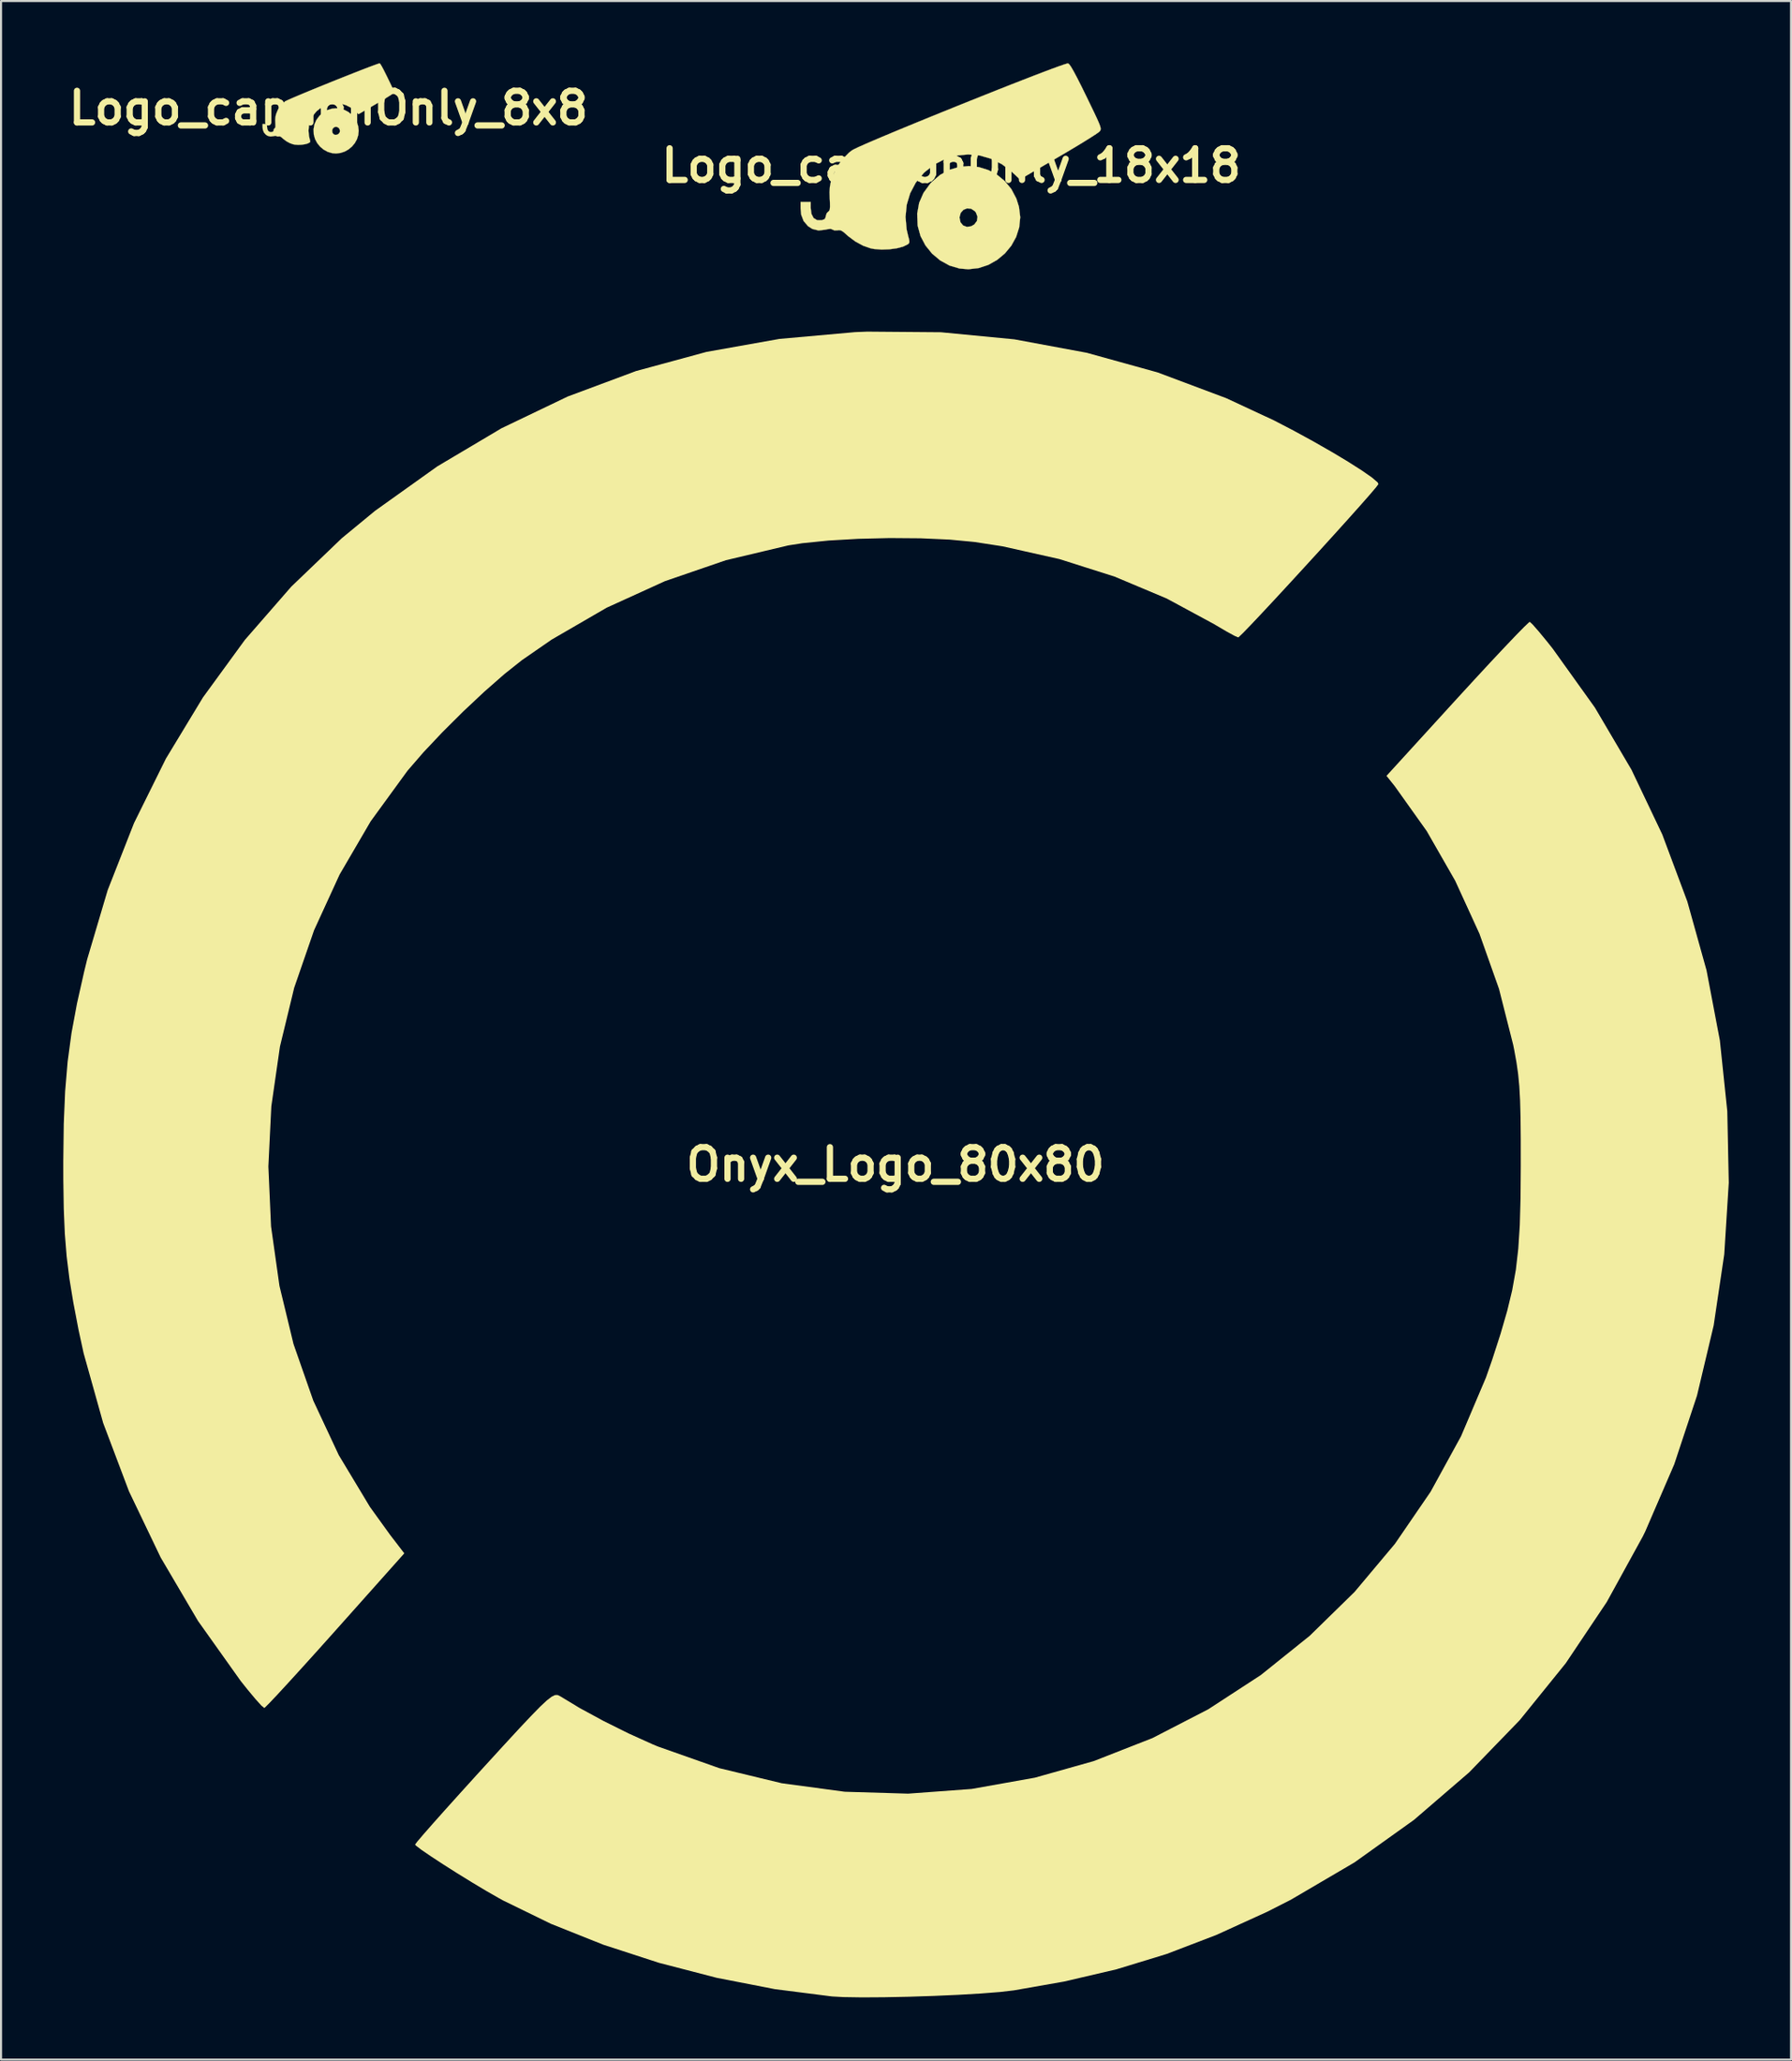
<source format=kicad_pcb>
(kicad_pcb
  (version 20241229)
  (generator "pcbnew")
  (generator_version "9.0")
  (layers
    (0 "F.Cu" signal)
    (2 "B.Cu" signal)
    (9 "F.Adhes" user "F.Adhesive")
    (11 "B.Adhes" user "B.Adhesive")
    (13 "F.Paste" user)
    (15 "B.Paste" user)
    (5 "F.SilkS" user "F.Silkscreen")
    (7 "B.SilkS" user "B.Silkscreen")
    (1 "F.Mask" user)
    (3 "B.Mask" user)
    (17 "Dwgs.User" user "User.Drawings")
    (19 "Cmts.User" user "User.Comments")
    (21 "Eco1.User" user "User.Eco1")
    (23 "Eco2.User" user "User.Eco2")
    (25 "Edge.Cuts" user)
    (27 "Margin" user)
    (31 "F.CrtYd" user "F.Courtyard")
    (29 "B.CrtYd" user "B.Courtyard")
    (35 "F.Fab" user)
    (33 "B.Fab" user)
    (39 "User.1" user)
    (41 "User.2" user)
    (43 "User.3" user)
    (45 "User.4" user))
  (footprint "Logo_cannonOnly_8x8"
    (layer "F.Cu")
    (at 12.78 2.16)
    (property "Reference" "Logo_cannonOnly_8x8" (at 0 0 0) (layer "F.SilkS") (effects (font (size 1.524 1.524) (thickness 0.3))))
    (attr through_hole)
    (fp_poly (pts (xy 0.581 0.032) (xy 0.78 0.093) (xy 0.965 0.192) (xy 1.129 0.326) (xy 1.267 0.495) (xy 1.373 0.696) (xy 1.429 0.87) (xy 1.455 1.089) (xy 1.433 1.302) (xy 1.369 1.504) (xy 1.266 1.689) (xy 1.131 1.852) (xy 0.968 1.988) (xy 0.782 2.093) (xy 0.578 2.16) (xy 0.362 2.185) (xy 0.174 2.169) (xy -0.037 2.106) (xy -0.232 1.999) (xy -0.403 1.856) (xy -0.544 1.682) (xy -0.647 1.487) (xy -0.705 1.276) (xy -0.708 1.255) (xy -0.714 1.098) (xy 0.175 1.098) (xy 0.196 1.196) (xy 0.251 1.263) (xy 0.33 1.292) (xy 0.42 1.28) (xy 0.486 1.242) (xy 0.543 1.167) (xy 0.555 1.079) (xy 0.521 0.99) (xy 0.498 0.961) (xy 0.42 0.909) (xy 0.335 0.901) (xy 0.258 0.932) (xy 0.2 0.996) (xy 0.175 1.087) (xy 0.175 1.098) (xy -0.714 1.098) (xy -0.717 1.011) (xy -0.676 0.786) (xy -0.585 0.576) (xy -0.443 0.382) (xy -0.411 0.347) (xy -0.234 0.196) (xy -0.039 0.09) (xy 0.165 0.028) (xy 0.374 0.009) (xy 0.581 0.032)) (stroke (width 0.01) (type solid)) (fill yes) (layer "F.SilkS"))
    (fp_poly (pts (xy 2.491 -2.133) (xy 2.529 -2.078) (xy 2.582 -1.986) (xy 2.652 -1.856) (xy 2.739 -1.682) (xy 2.847 -1.464) (xy 2.848 -1.46) (xy 2.944 -1.263) (xy 3.019 -1.108) (xy 3.074 -0.989) (xy 3.113 -0.901) (xy 3.138 -0.838) (xy 3.15 -0.795) (xy 3.151 -0.765) (xy 3.145 -0.743) (xy 3.132 -0.725) (xy 3.13 -0.722) (xy 3.096 -0.694) (xy 3.023 -0.644) (xy 2.914 -0.575) (xy 2.776 -0.489) (xy 2.615 -0.391) (xy 2.435 -0.284) (xy 2.265 -0.185) (xy 1.448 0.291) (xy 1.282 0.135) (xy 1.072 -0.027) (xy 0.844 -0.143) (xy 0.604 -0.212) (xy 0.358 -0.235) (xy 0.113 -0.212) (xy -0.126 -0.142) (xy -0.352 -0.025) (xy -0.559 0.137) (xy -0.585 0.162) (xy -0.748 0.361) (xy -0.866 0.584) (xy -0.939 0.827) (xy -0.964 1.083) (xy -0.94 1.345) (xy -0.909 1.48) (xy -0.887 1.563) (xy -0.882 1.611) (xy -0.893 1.64) (xy -0.917 1.66) (xy -1.013 1.708) (xy -1.147 1.743) (xy -1.303 1.764) (xy -1.467 1.77) (xy -1.623 1.758) (xy -1.7 1.744) (xy -1.858 1.688) (xy -2.023 1.599) (xy -2.173 1.487) (xy -2.197 1.465) (xy -2.272 1.4) (xy -2.324 1.367) (xy -2.369 1.36) (xy -2.392 1.364) (xy -2.461 1.367) (xy -2.499 1.351) (xy -2.54 1.334) (xy -2.605 1.339) (xy -2.648 1.35) (xy -2.797 1.367) (xy -2.929 1.335) (xy -3.019 1.277) (xy -3.112 1.169) (xy -3.163 1.034) (xy -3.175 0.9) (xy -3.175 0.767) (xy -2.963 0.767) (xy -2.963 0.888) (xy -2.948 1.017) (xy -2.902 1.105) (xy -2.828 1.151) (xy -2.729 1.152) (xy -2.724 1.151) (xy -2.666 1.127) (xy -2.646 1.082) (xy -2.646 1.07) (xy -2.627 1.007) (xy -2.597 0.975) (xy -2.574 0.955) (xy -2.56 0.923) (xy -2.555 0.868) (xy -2.557 0.778) (xy -2.561 0.7) (xy -2.565 0.561) (xy -2.558 0.452) (xy -2.539 0.351) (xy -2.517 0.271) (xy -2.432 0.069) (xy -2.308 -0.117) (xy -2.156 -0.272) (xy -2.089 -0.324) (xy -2.04 -0.35) (xy -1.947 -0.394) (xy -1.816 -0.452) (xy -1.65 -0.524) (xy -1.454 -0.607) (xy -1.231 -0.701) (xy -0.986 -0.802) (xy -0.724 -0.911) (xy -0.448 -1.023) (xy -0.162 -1.139) (xy 0.128 -1.257) (xy 0.42 -1.374) (xy 0.708 -1.489) (xy 0.988 -1.6) (xy 1.256 -1.706) (xy 1.509 -1.805) (xy 1.741 -1.895) (xy 1.948 -1.974) (xy 2.126 -2.041) (xy 2.271 -2.094) (xy 2.379 -2.132) (xy 2.446 -2.152) (xy 2.465 -2.155) (xy 2.491 -2.133)) (stroke (width 0.01) (type solid)) (fill yes) (layer "F.SilkS")))
  (footprint "Logo_cannonOnly_18x18"
    (layer "F.Cu")
    (at 42.791 4.93)
    (property "Reference" "Logo_cannonOnly_18x18" (at 0 0 0) (layer "F.SilkS") (effects (font (size 1.524 1.524) (thickness 0.3))))
    (attr through_hole)
    (fp_poly (pts (xy 1.328 0.072) (xy 1.782 0.213) (xy 2.205 0.438) (xy 2.581 0.746) (xy 2.897 1.131) (xy 3.139 1.59) (xy 3.265 1.989) (xy 3.326 2.489) (xy 3.276 2.976) (xy 3.129 3.437) (xy 2.895 3.86) (xy 2.586 4.233) (xy 2.213 4.545) (xy 1.788 4.784) (xy 1.322 4.937) (xy 0.827 4.994) (xy 0.399 4.958) (xy -0.085 4.815) (xy -0.53 4.57) (xy -0.922 4.242) (xy -1.243 3.845) (xy -1.478 3.398) (xy -1.611 2.916) (xy -1.618 2.869) (xy -1.631 2.51) (xy 0.399 2.51) (xy 0.447 2.734) (xy 0.574 2.886) (xy 0.754 2.954) (xy 0.96 2.925) (xy 1.111 2.838) (xy 1.24 2.668) (xy 1.268 2.465) (xy 1.192 2.263) (xy 1.139 2.196) (xy 0.96 2.078) (xy 0.767 2.06) (xy 0.59 2.13) (xy 0.458 2.276) (xy 0.4 2.485) (xy 0.399 2.51) (xy -1.631 2.51) (xy -1.638 2.311) (xy -1.545 1.796) (xy -1.337 1.318) (xy -1.013 0.873) (xy -0.94 0.794) (xy -0.534 0.447) (xy -0.09 0.205) (xy 0.378 0.065) (xy 0.855 0.022) (xy 1.328 0.072)) (stroke (width 0.01) (type solid)) (fill yes) (layer "F.SilkS"))
    (fp_poly (pts (xy 5.693 -4.875) (xy 5.781 -4.749) (xy 5.902 -4.54) (xy 6.061 -4.241) (xy 6.262 -3.845) (xy 6.507 -3.346) (xy 6.511 -3.338) (xy 6.729 -2.888) (xy 6.9 -2.533) (xy 7.027 -2.261) (xy 7.116 -2.06) (xy 7.172 -1.916) (xy 7.199 -1.816) (xy 7.203 -1.748) (xy 7.188 -1.699) (xy 7.159 -1.656) (xy 7.154 -1.65) (xy 7.078 -1.587) (xy 6.909 -1.473) (xy 6.661 -1.314) (xy 6.346 -1.118) (xy 5.977 -0.894) (xy 5.566 -0.65) (xy 5.178 -0.422) (xy 3.311 0.665) (xy 2.931 0.309) (xy 2.451 -0.062) (xy 1.929 -0.327) (xy 1.381 -0.486) (xy 0.818 -0.538) (xy 0.257 -0.484) (xy -0.289 -0.324) (xy -0.805 -0.058) (xy -1.278 0.313) (xy -1.337 0.371) (xy -1.71 0.824) (xy -1.98 1.335) (xy -2.146 1.89) (xy -2.203 2.474) (xy -2.15 3.075) (xy -2.078 3.384) (xy -2.028 3.573) (xy -2.016 3.683) (xy -2.042 3.748) (xy -2.095 3.794) (xy -2.317 3.903) (xy -2.622 3.984) (xy -2.979 4.033) (xy -3.353 4.046) (xy -3.71 4.019) (xy -3.886 3.986) (xy -4.248 3.859) (xy -4.624 3.654) (xy -4.967 3.398) (xy -5.022 3.349) (xy -5.192 3.199) (xy -5.313 3.125) (xy -5.415 3.109) (xy -5.468 3.119) (xy -5.624 3.124) (xy -5.711 3.087) (xy -5.805 3.048) (xy -5.954 3.062) (xy -6.053 3.086) (xy -6.392 3.126) (xy -6.695 3.051) (xy -6.901 2.918) (xy -7.112 2.672) (xy -7.229 2.364) (xy -7.257 2.058) (xy -7.257 1.754) (xy -6.773 1.754) (xy -6.773 2.03) (xy -6.737 2.324) (xy -6.633 2.526) (xy -6.464 2.63) (xy -6.238 2.632) (xy -6.226 2.63) (xy -6.093 2.575) (xy -6.049 2.473) (xy -6.048 2.445) (xy -6.004 2.303) (xy -5.936 2.229) (xy -5.883 2.183) (xy -5.852 2.11) (xy -5.841 1.983) (xy -5.844 1.777) (xy -5.853 1.6) (xy -5.862 1.283) (xy -5.848 1.034) (xy -5.805 0.802) (xy -5.754 0.619) (xy -5.559 0.158) (xy -5.276 -0.267) (xy -4.928 -0.622) (xy -4.774 -0.74) (xy -4.662 -0.801) (xy -4.451 -0.9) (xy -4.151 -1.034) (xy -3.772 -1.198) (xy -3.323 -1.389) (xy -2.814 -1.602) (xy -2.254 -1.834) (xy -1.654 -2.081) (xy -1.023 -2.339) (xy -0.37 -2.604) (xy 0.294 -2.873) (xy 0.96 -3.14) (xy 1.618 -3.403) (xy 2.258 -3.658) (xy 2.872 -3.9) (xy 3.448 -4.125) (xy 3.978 -4.331) (xy 4.452 -4.512) (xy 4.86 -4.666) (xy 5.192 -4.787) (xy 5.439 -4.873) (xy 5.59 -4.919) (xy 5.635 -4.925) (xy 5.693 -4.875)) (stroke (width 0.01) (type solid)) (fill yes) (layer "F.SilkS")))
  (footprint "Onyx_Logo_80x80"
    (layer "F.Cu")
    (at 40.102 53.065)
    (property "Reference" "Onyx_Logo_80x80" (at 0 0 0) (layer "F.SilkS") (effects (font (size 1.524 1.524) (thickness 0.3))))
    (attr through_hole)
    (fp_poly (pts (xy 2.193 -40.105) (xy 5.732 -39.763) (xy 9.223 -39.115) (xy 12.637 -38.168) (xy 15.946 -36.927) (xy 18.246 -35.856) (xy 19.193 -35.363) (xy 20.131 -34.851) (xy 21.019 -34.343) (xy 21.815 -33.866) (xy 22.478 -33.444) (xy 22.966 -33.104) (xy 23.238 -32.87) (xy 23.278 -32.787) (xy 23.158 -32.626) (xy 22.853 -32.268) (xy 22.396 -31.749) (xy 21.82 -31.104) (xy 21.156 -30.368) (xy 20.436 -29.575) (xy 19.693 -28.763) (xy 18.959 -27.964) (xy 18.267 -27.215) (xy 17.647 -26.551) (xy 17.133 -26.006) (xy 16.756 -25.617) (xy 16.549 -25.418) (xy 16.521 -25.4) (xy 16.336 -25.478) (xy 15.956 -25.686) (xy 15.456 -25.98) (xy 15.37 -26.032) (xy 13.072 -27.274) (xy 10.563 -28.329) (xy 7.904 -29.174) (xy 5.162 -29.789) (xy 3.809 -29.998) (xy 2.613 -30.112) (xy 1.221 -30.175) (xy -0.277 -30.187) (xy -1.788 -30.15) (xy -3.221 -30.067) (xy -4.485 -29.938) (xy -5.162 -29.833) (xy -8.169 -29.119) (xy -11.101 -28.112) (xy -13.916 -26.83) (xy -16.572 -25.29) (xy -18.005 -24.299) (xy -18.843 -23.633) (xy -19.809 -22.786) (xy -20.83 -21.828) (xy -21.834 -20.829) (xy -22.748 -19.86) (xy -23.5 -18.99) (xy -23.517 -18.97) (xy -25.287 -16.539) (xy -26.786 -13.971) (xy -28.016 -11.289) (xy -28.974 -8.517) (xy -29.661 -5.68) (xy -30.076 -2.801) (xy -30.219 0.096) (xy -30.089 2.986) (xy -29.685 5.846) (xy -29.007 8.652) (xy -28.054 11.379) (xy -26.826 14.004) (xy -25.322 16.503) (xy -24.351 17.849) (xy -23.668 18.738) (xy -26.985 22.458) (xy -27.808 23.377) (xy -28.564 24.214) (xy -29.226 24.941) (xy -29.767 25.528) (xy -30.161 25.945) (xy -30.38 26.164) (xy -30.415 26.191) (xy -30.554 26.077) (xy -30.841 25.76) (xy -31.231 25.292) (xy -31.56 24.878) (xy -33.612 21.992) (xy -35.409 18.937) (xy -36.937 15.748) (xy -38.18 12.456) (xy -39.122 9.094) (xy -39.369 7.958) (xy -39.618 6.655) (xy -39.806 5.506) (xy -39.94 4.425) (xy -40.029 3.327) (xy -40.08 2.126) (xy -40.101 0.738) (xy -40.102 -0.161) (xy -40.08 -1.959) (xy -40.013 -3.527) (xy -39.892 -4.956) (xy -39.706 -6.334) (xy -39.443 -7.753) (xy -39.094 -9.302) (xy -38.951 -9.887) (xy -37.962 -13.223) (xy -36.692 -16.456) (xy -35.156 -19.559) (xy -33.37 -22.509) (xy -31.351 -25.279) (xy -29.115 -27.845) (xy -26.677 -30.182) (xy -25.078 -31.499) (xy -22.074 -33.643) (xy -18.981 -35.479) (xy -15.792 -37.008) (xy -12.502 -38.234) (xy -9.103 -39.158) (xy -5.591 -39.783) (xy -1.957 -40.11) (xy -1.366 -40.135)) (stroke (width 0) (type solid)) (fill yes) (layer "F.SilkS"))
    (fp_poly (pts (xy 30.711 -26.02) (xy 30.999 -25.691) (xy 31.389 -25.219) (xy 31.675 -24.859) (xy 33.71 -22.017) (xy 35.471 -19.025) (xy 36.956 -15.905) (xy 38.162 -12.677) (xy 39.088 -9.362) (xy 39.731 -5.983) (xy 40.09 -2.561) (xy 40.161 0.883) (xy 39.943 4.328) (xy 39.434 7.751) (xy 38.631 11.133) (xy 37.532 14.45) (xy 36.136 17.683) (xy 36.017 17.925) (xy 34.283 21.081) (xy 32.304 24.034) (xy 30.088 26.775) (xy 27.647 29.295) (xy 24.989 31.583) (xy 22.124 33.631) (xy 19.061 35.428) (xy 17.925 36.006) (xy 15.464 37.128) (xy 13.074 38.043) (xy 10.657 38.782) (xy 8.116 39.375) (xy 5.707 39.798) (xy 5.038 39.876) (xy 4.125 39.948) (xy 3.039 40.012) (xy 1.852 40.065) (xy 0.634 40.105) (xy -0.541 40.129) (xy -1.604 40.136) (xy -2.482 40.122) (xy -3.054 40.091) (xy -5.808 39.739) (xy -8.61 39.193) (xy -11.389 38.472) (xy -14.076 37.598) (xy -16.602 36.59) (xy -18.897 35.47) (xy -19.13 35.342) (xy -19.734 34.996) (xy -20.415 34.588) (xy -21.12 34.153) (xy -21.796 33.724) (xy -22.388 33.336) (xy -22.843 33.025) (xy -23.106 32.824) (xy -23.149 32.771) (xy -23.045 32.631) (xy -22.749 32.284) (xy -22.289 31.759) (xy -21.69 31.087) (xy -20.979 30.297) (xy -20.182 29.418) (xy -19.829 29.031) (xy -18.892 28.006) (xy -18.145 27.196) (xy -17.564 26.579) (xy -17.125 26.13) (xy -16.802 25.828) (xy -16.57 25.648) (xy -16.405 25.567) (xy -16.282 25.563) (xy -16.177 25.611) (xy -16.172 25.614) (xy -15.217 26.191) (xy -14.075 26.811) (xy -12.862 27.415) (xy -11.696 27.942) (xy -11.441 28.048) (xy -8.483 29.091) (xy -5.479 29.816) (xy -2.442 30.226) (xy 0.613 30.318) (xy 3.672 30.092) (xy 6.721 29.548) (xy 9.557 28.749) (xy 12.387 27.64) (xy 15.077 26.252) (xy 17.609 24.603) (xy 19.965 22.712) (xy 22.127 20.597) (xy 24.075 18.276) (xy 25.792 15.769) (xy 27.26 13.092) (xy 28.46 10.265) (xy 28.761 9.404) (xy 29.166 8.149) (xy 29.483 7.056) (xy 29.724 6.056) (xy 29.899 5.08) (xy 30.017 4.058) (xy 30.09 2.921) (xy 30.126 1.6) (xy 30.137 0.08) (xy 30.136 -1.22) (xy 30.126 -2.257) (xy 30.104 -3.089) (xy 30.066 -3.773) (xy 30.009 -4.368) (xy 29.928 -4.931) (xy 29.821 -5.521) (xy 29.773 -5.761) (xy 29.089 -8.459) (xy 28.147 -11.117) (xy 26.977 -13.672) (xy 25.606 -16.065) (xy 24.063 -18.231) (xy 24.051 -18.246) (xy 23.666 -18.728) (xy 27.065 -22.453) (xy 27.903 -23.366) (xy 28.672 -24.197) (xy 29.347 -24.916) (xy 29.899 -25.496) (xy 30.303 -25.908) (xy 30.532 -26.125) (xy 30.572 -26.15)) (stroke (width 0) (type solid)) (fill yes) (layer "F.SilkS")))
  (gr_rect
    (start -3 -3)
    (end 83.263 96.2)
    (stroke (width 0.1) (type default))
    (fill no)
    (layer "Edge.Cuts")))
</source>
